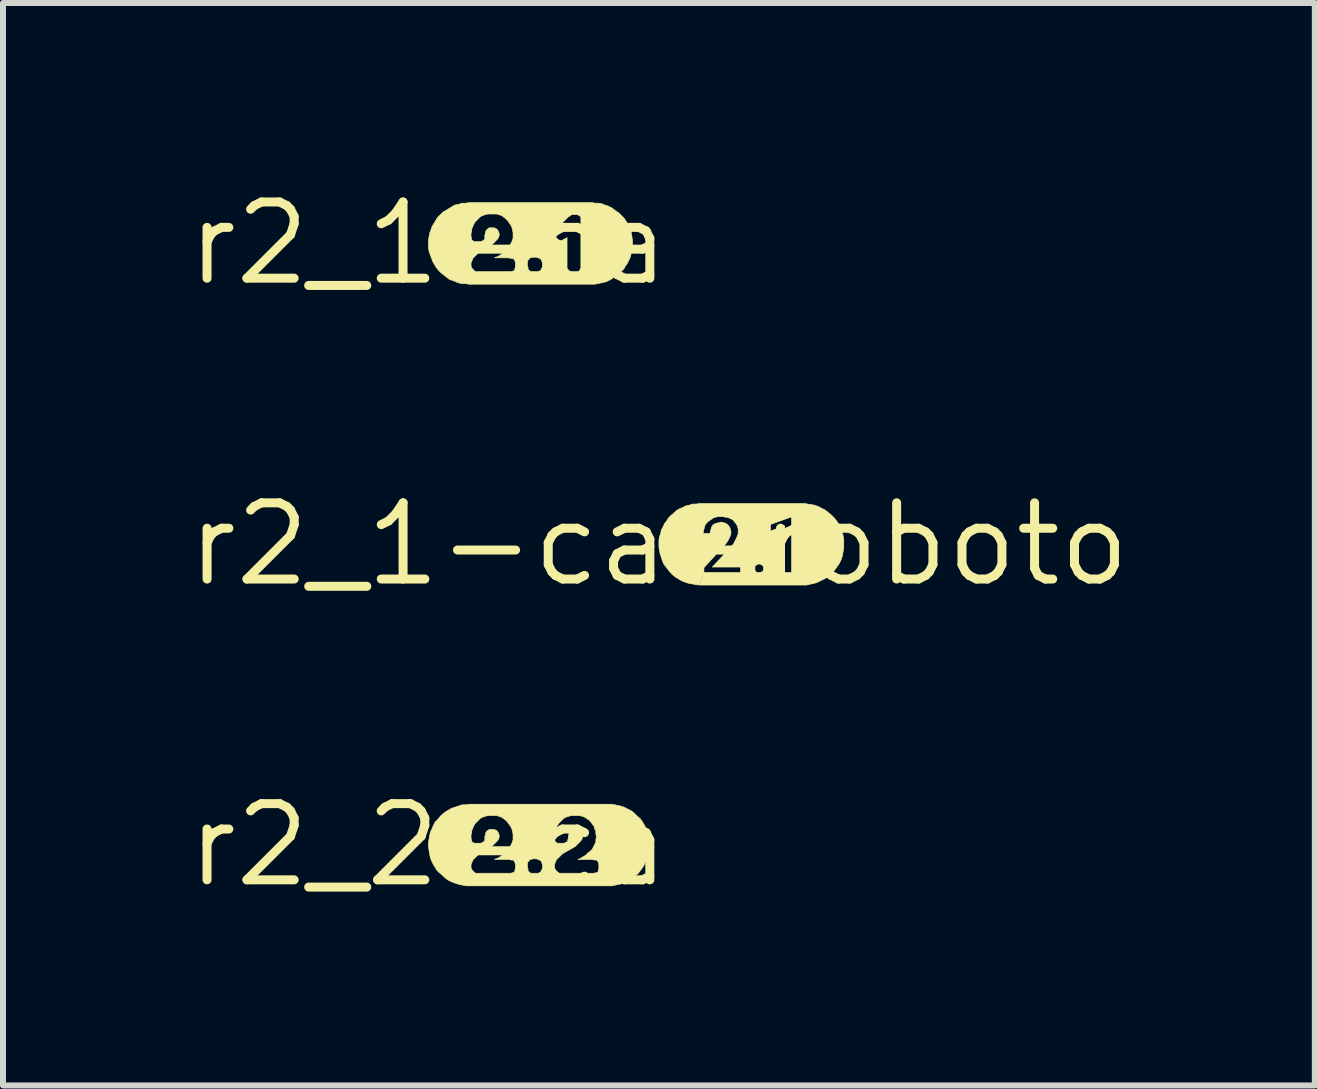
<source format=kicad_pcb>
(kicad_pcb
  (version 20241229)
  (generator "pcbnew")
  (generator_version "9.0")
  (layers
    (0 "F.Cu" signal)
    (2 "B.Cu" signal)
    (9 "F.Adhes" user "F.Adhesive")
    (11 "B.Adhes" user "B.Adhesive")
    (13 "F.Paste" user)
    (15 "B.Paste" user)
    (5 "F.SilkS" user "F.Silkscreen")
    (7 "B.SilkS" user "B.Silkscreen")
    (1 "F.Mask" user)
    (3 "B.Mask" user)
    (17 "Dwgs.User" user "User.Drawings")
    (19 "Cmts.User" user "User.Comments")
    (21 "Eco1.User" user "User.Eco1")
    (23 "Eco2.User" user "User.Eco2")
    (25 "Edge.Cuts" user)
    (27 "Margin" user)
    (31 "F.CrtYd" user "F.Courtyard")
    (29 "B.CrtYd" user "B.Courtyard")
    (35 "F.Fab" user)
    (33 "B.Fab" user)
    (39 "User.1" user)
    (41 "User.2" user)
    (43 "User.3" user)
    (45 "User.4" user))
  (footprint "r2_1-ca"
    (layer "F.Cu")
    (at 4.089 1.006)
    (property "Reference" "r2_1-ca" (at 0 0 0) (layer "F.SilkS") (effects (font (size 1.27 1.27) (thickness 0.15))))
    (attr board_only exclude_from_pos_files exclude_from_bom)
    (fp_poly (pts (xy 0.68 -0.68) (xy 0.62 -0.67) (xy 0.56 -0.67) (xy 0.5 -0.65) (xy 0.44 -0.64) (xy 0.39 -0.61) (xy 0.34 -0.58) (xy 0.29 -0.55) (xy 0.24 -0.52) (xy 0.19 -0.47) (xy 0.15 -0.43) (xy 0.12 -0.38) (xy 0.09 -0.33) (xy 0.06 -0.28) (xy 0.04 -0.22) (xy 0.02 -0.17) (xy 0.01 -0.11) (xy 0 -0.05) (xy 0 0.01) (xy 0 0.07) (xy 0.01 0.13) (xy 0.03 0.19) (xy 0.05 0.24) (xy 0.07 0.3) (xy 0.1 0.35) (xy 0.13 0.4) (xy 0.17 0.45) (xy 0.21 0.49) (xy 0.26 0.53) (xy 0.3 0.56) (xy 0.35 0.6) (xy 0.41 0.62) (xy 0.46 0.64) (xy 0.51 0.66) (xy 0.57 0.67) (xy 0.62 0.67) (xy 0.67 0.68) (xy 0.77 0.46) (xy 0.75 0.44) (xy 0.73 0.42) (xy 0.72 0.4) (xy 0.71 0.38) (xy 0.71 0.36) (xy 0.71 0.33) (xy 0.72 0.3) (xy 0.73 0.28) (xy 0.74 0.25) (xy 0.76 0.23) (xy 0.8 0.19) (xy 0.84 0.15) (xy 0.87 0.13) (xy 1.03 0.04) (xy 1.06 0.02) (xy 1.09 -0.01) (xy 1.12 -0.04) (xy 1.15 -0.07) (xy 1.17 -0.1) (xy 1.18 -0.14) (xy 1.18 -0.16) (xy 1.17 -0.19) (xy 1.16 -0.21) (xy 1.15 -0.23) (xy 1.12 -0.25) (xy 1.09 -0.26) (xy 1.06 -0.26) (xy 1.03 -0.26) (xy 1.01 -0.26) (xy 0.99 -0.24) (xy 0.97 -0.23) (xy 0.96 -0.21) (xy 0.95 -0.19) (xy 0.95 -0.17) (xy 0.94 -0.14) (xy 0.94 -0.11) (xy 0.94 -0.08) (xy 0.93 -0.06) (xy 0.91 -0.05) (xy 0.9 -0.04) (xy 0.87 -0.03) (xy 0.85 -0.03) (xy 0.81 -0.03) (xy 0.79 -0.03) (xy 0.76 -0.03) (xy 0.75 -0.04) (xy 0.73 -0.05) (xy 0.72 -0.06) (xy 0.72 -0.08) (xy 0.71 -0.11) (xy 0.71 -0.14) (xy 0.71 -0.17) (xy 0.72 -0.2) (xy 0.72 -0.23) (xy 0.73 -0.26) (xy 0.74 -0.28) (xy 0.75 -0.31) (xy 0.78 -0.36) (xy 0.82 -0.4) (xy 0.84 -0.42) (xy 0.86 -0.44) (xy 0.89 -0.46) (xy 0.92 -0.47) (xy 0.95 -0.48) (xy 0.99 -0.49) (xy 1.02 -0.49) (xy 1.06 -0.49) (xy 1.1 -0.49) (xy 1.14 -0.49) (xy 1.17 -0.48) (xy 1.2 -0.47) (xy 1.23 -0.46) (xy 1.25 -0.44) (xy 1.28 -0.42) (xy 1.3 -0.4) (xy 1.32 -0.38) (xy 1.34 -0.35) (xy 1.37 -0.31) (xy 1.39 -0.27) (xy 1.4 -0.23) (xy 1.41 -0.18) (xy 1.41 -0.14) (xy 1.41 -0.09) (xy 1.4 -0.05) (xy 1.38 -0.01) (xy 1.36 0.03) (xy 1.34 0.07) (xy 1.31 0.1) (xy 1.27 0.13) (xy 1.23 0.17) (xy 1.19 0.2) (xy 1.15 0.22) (xy 1.1 0.24) (xy 1.33 0.24) (xy 1.38 0.25) (xy 1.41 0.25) (xy 1.42 0.26) (xy 1.43 0.27) (xy 1.44 0.28) (xy 1.44 0.29) (xy 1.45 0.32) (xy 1.45 0.35) (xy 1.65 0.37) (xy 1.65 0.31) (xy 1.65 0.3) (xy 1.66 0.28) (xy 1.67 0.27) (xy 1.68 0.26) (xy 1.69 0.24) (xy 1.71 0.24) (xy 1.74 0.23) (xy 1.77 0.23) (xy 1.8 0.23) (xy 1.83 0.24) (xy 1.85 0.25) (xy 1.87 0.26) (xy 1.88 0.27) (xy 1.89 0.3) (xy 1.9 0.33) (xy 1.9 0.36) (xy 1.9 0.39) (xy 1.89 0.41) (xy 1.88 0.43) (xy 1.87 0.45) (xy 1.85 0.46) (xy 1.83 0.47) (xy 1.81 0.47) (xy 1.78 0.47) (xy 1.74 0.47) (xy 1.71 0.47) (xy 1.69 0.46) (xy 1.68 0.45) (xy 1.67 0.44) (xy 1.66 0.43) (xy 1.66 0.4) (xy 1.65 0.37) (xy 1.45 0.35) (xy 1.45 0.39) (xy 1.44 0.42) (xy 1.44 0.44) (xy 1.43 0.45) (xy 1.42 0.46) (xy 1.41 0.46) (xy 1.37 0.47) (xy 1.34 0.47) (xy 0.82 0.47) (xy 0.79 0.47) (xy 0.77 0.46) (xy 0.67 0.68) (xy 2.73 0.68) (xy 2.77 0.68) (xy 2.82 0.67) (xy 2.87 0.66) (xy 2.91 0.65) (xy 2.96 0.64) (xy 3 0.62) (xy 3.04 0.6) (xy 3.08 0.57) (xy 3.12 0.55) (xy 3.16 0.52) (xy 3.19 0.49) (xy 3.23 0.45) (xy 3.26 0.42) (xy 3.28 0.38) (xy 3.31 0.34) (xy 3.33 0.3) (xy 3.35 0.26) (xy 3.37 0.21) (xy 3.38 0.15) (xy 3.4 0.08) (xy 3.4 0.02) (xy 3.4 -0.05) (xy 3.39 -0.12) (xy 3.38 -0.18) (xy 3.35 -0.24) (xy 3.33 -0.3) (xy 3.3 -0.36) (xy 3.26 -0.42) (xy 3.21 -0.47) (xy 3.17 -0.51) (xy 3.11 -0.55) (xy 3.06 -0.59) (xy 3 -0.62) (xy 2.94 -0.64) (xy 2.89 -0.66) (xy 2.84 -0.67) (xy 2.78 -0.67) (xy 2.73 -0.68) (xy 2.53 -0.45) (xy 2.54 -0.43) (xy 2.54 0.41) (xy 2.53 0.43) (xy 2.52 0.45) (xy 2.5 0.47) (xy 2.46 0.47) (xy 2.44 0.47) (xy 2.4 0.47) (xy 2.38 0.47) (xy 2.36 0.46) (xy 2.35 0.46) (xy 2.34 0.45) (xy 2.32 0.43) (xy 2.31 0.41) (xy 2.31 0.39) (xy 2.31 0.36) (xy 2.31 -0.1) (xy 2.3 -0.09) (xy 2.28 -0.08) (xy 2.26 -0.07) (xy 2.24 -0.06) (xy 2.23 -0.05) (xy 2.21 -0.05) (xy 2.2 -0.05) (xy 2.19 -0.05) (xy 2.17 -0.06) (xy 2.16 -0.07) (xy 2.14 -0.08) (xy 2.13 -0.1) (xy 2.11 -0.12) (xy 2.1 -0.14) (xy 2.09 -0.15) (xy 2.09 -0.17) (xy 2.09 -0.18) (xy 2.09 -0.2) (xy 2.1 -0.22) (xy 2.12 -0.23) (xy 2.34 -0.45) (xy 2.35 -0.45) (xy 2.37 -0.47) (xy 2.4 -0.48) (xy 2.42 -0.48) (xy 2.45 -0.48) (xy 2.48 -0.48) (xy 2.52 -0.46) (xy 2.53 -0.45) (xy 2.73 -0.68) (xy 0.68 -0.68)) (stroke (width 0.01) (type solid)) (fill yes) (layer "F.SilkS")))
  (footprint "r2_2-ca"
    (layer "F.Cu")
    (at 4.089 11.031)
    (property "Reference" "r2_2-ca" (at 0 0 0) (layer "F.SilkS") (effects (font (size 1.27 1.27) (thickness 0.15))))
    (attr board_only exclude_from_pos_files exclude_from_bom)
    (fp_poly (pts (xy 0.68 -0.68) (xy 0.62 -0.67) (xy 0.56 -0.67) (xy 0.5 -0.65) (xy 0.44 -0.63) (xy 0.38 -0.61) (xy 0.33 -0.58) (xy 0.28 -0.55) (xy 0.23 -0.51) (xy 0.19 -0.47) (xy 0.15 -0.42) (xy 0.11 -0.38) (xy 0.08 -0.32) (xy 0.06 -0.27) (xy 0.03 -0.21) (xy 0.02 -0.15) (xy 0.01 -0.1) (xy 0 -0.04) (xy 0 0.03) (xy 0.01 0.09) (xy 0.02 0.15) (xy 0.03 0.2) (xy 0.05 0.26) (xy 0.08 0.32) (xy 0.11 0.37) (xy 0.14 0.42) (xy 0.18 0.46) (xy 0.23 0.5) (xy 0.27 0.54) (xy 0.32 0.58) (xy 0.38 0.61) (xy 0.43 0.63) (xy 0.49 0.65) (xy 0.53 0.66) (xy 0.58 0.67) (xy 0.63 0.68) (xy 0.67 0.68) (xy 0.77 0.46) (xy 0.75 0.44) (xy 0.73 0.42) (xy 0.72 0.4) (xy 0.71 0.38) (xy 0.71 0.36) (xy 0.71 0.33) (xy 0.72 0.3) (xy 0.73 0.28) (xy 0.74 0.25) (xy 0.76 0.23) (xy 0.8 0.19) (xy 0.84 0.15) (xy 0.87 0.13) (xy 1.03 0.04) (xy 1.06 0.02) (xy 1.09 -0.01) (xy 1.12 -0.04) (xy 1.15 -0.07) (xy 1.17 -0.1) (xy 1.18 -0.14) (xy 1.18 -0.16) (xy 1.17 -0.19) (xy 1.16 -0.21) (xy 1.15 -0.23) (xy 1.12 -0.25) (xy 1.09 -0.26) (xy 1.06 -0.26) (xy 1.03 -0.26) (xy 1.01 -0.26) (xy 0.99 -0.24) (xy 0.97 -0.23) (xy 0.96 -0.21) (xy 0.95 -0.19) (xy 0.95 -0.17) (xy 0.94 -0.14) (xy 0.94 -0.11) (xy 0.94 -0.08) (xy 0.93 -0.06) (xy 0.91 -0.05) (xy 0.9 -0.04) (xy 0.87 -0.03) (xy 0.85 -0.03) (xy 0.81 -0.03) (xy 0.79 -0.03) (xy 0.76 -0.03) (xy 0.75 -0.04) (xy 0.73 -0.05) (xy 0.72 -0.06) (xy 0.72 -0.08) (xy 0.71 -0.11) (xy 0.71 -0.14) (xy 0.71 -0.17) (xy 0.72 -0.2) (xy 0.72 -0.23) (xy 0.73 -0.26) (xy 0.74 -0.28) (xy 0.75 -0.31) (xy 0.78 -0.36) (xy 0.82 -0.4) (xy 0.84 -0.42) (xy 0.86 -0.44) (xy 0.89 -0.46) (xy 0.92 -0.47) (xy 0.95 -0.48) (xy 0.99 -0.49) (xy 1.02 -0.49) (xy 1.06 -0.49) (xy 1.1 -0.49) (xy 1.14 -0.49) (xy 1.17 -0.48) (xy 1.2 -0.47) (xy 1.23 -0.46) (xy 1.25 -0.44) (xy 1.28 -0.42) (xy 1.3 -0.4) (xy 1.32 -0.38) (xy 1.34 -0.35) (xy 1.37 -0.31) (xy 1.39 -0.27) (xy 1.4 -0.23) (xy 1.41 -0.18) (xy 1.41 -0.14) (xy 1.41 -0.09) (xy 1.4 -0.05) (xy 1.38 -0.01) (xy 1.36 0.03) (xy 1.34 0.07) (xy 1.31 0.1) (xy 1.27 0.13) (xy 1.23 0.17) (xy 1.19 0.2) (xy 1.15 0.22) (xy 1.1 0.24) (xy 1.33 0.24) (xy 1.38 0.25) (xy 1.41 0.25) (xy 1.42 0.26) (xy 1.43 0.27) (xy 1.44 0.28) (xy 1.44 0.29) (xy 1.45 0.32) (xy 1.45 0.35) (xy 1.65 0.37) (xy 1.65 0.31) (xy 1.65 0.3) (xy 1.66 0.28) (xy 1.67 0.27) (xy 1.68 0.26) (xy 1.69 0.24) (xy 1.71 0.24) (xy 1.74 0.23) (xy 1.77 0.23) (xy 1.8 0.23) (xy 1.83 0.24) (xy 1.85 0.25) (xy 1.87 0.26) (xy 1.88 0.27) (xy 1.89 0.3) (xy 1.9 0.33) (xy 1.9 0.36) (xy 2.1 0.36) (xy 2.1 0.33) (xy 2.11 0.3) (xy 2.12 0.28) (xy 2.13 0.25) (xy 2.15 0.23) (xy 2.19 0.19) (xy 2.23 0.15) (xy 2.26 0.13) (xy 2.42 0.04) (xy 2.45 0.02) (xy 2.48 -0.01) (xy 2.51 -0.04) (xy 2.54 -0.07) (xy 2.56 -0.1) (xy 2.57 -0.14) (xy 2.57 -0.16) (xy 2.56 -0.19) (xy 2.55 -0.21) (xy 2.53 -0.23) (xy 2.51 -0.25) (xy 2.48 -0.26) (xy 2.45 -0.26) (xy 2.42 -0.26) (xy 2.4 -0.26) (xy 2.38 -0.24) (xy 2.36 -0.23) (xy 2.35 -0.21) (xy 2.34 -0.19) (xy 2.34 -0.17) (xy 2.33 -0.14) (xy 2.33 -0.11) (xy 2.32 -0.08) (xy 2.32 -0.06) (xy 2.3 -0.05) (xy 2.28 -0.04) (xy 2.26 -0.03) (xy 2.24 -0.03) (xy 2.2 -0.03) (xy 2.18 -0.03) (xy 2.15 -0.03) (xy 2.13 -0.04) (xy 2.12 -0.05) (xy 2.11 -0.07) (xy 2.1 -0.08) (xy 2.1 -0.11) (xy 2.1 -0.14) (xy 2.1 -0.17) (xy 2.1 -0.2) (xy 2.11 -0.23) (xy 2.12 -0.26) (xy 2.13 -0.28) (xy 2.14 -0.31) (xy 2.17 -0.36) (xy 2.21 -0.4) (xy 2.23 -0.42) (xy 2.25 -0.44) (xy 2.28 -0.46) (xy 2.31 -0.47) (xy 2.34 -0.48) (xy 2.38 -0.49) (xy 2.41 -0.49) (xy 2.45 -0.49) (xy 2.49 -0.49) (xy 2.52 -0.49) (xy 2.56 -0.48) (xy 2.59 -0.47) (xy 2.61 -0.46) (xy 2.64 -0.44) (xy 2.67 -0.42) (xy 2.69 -0.4) (xy 2.71 -0.38) (xy 2.73 -0.35) (xy 2.76 -0.31) (xy 2.77 -0.27) (xy 2.79 -0.23) (xy 2.79 -0.18) (xy 2.8 -0.14) (xy 2.79 -0.09) (xy 2.79 -0.05) (xy 2.77 -0.01) (xy 2.75 0.03) (xy 2.73 0.07) (xy 2.7 0.1) (xy 2.66 0.13) (xy 2.62 0.17) (xy 2.57 0.2) (xy 2.54 0.22) (xy 2.49 0.24) (xy 2.72 0.24) (xy 2.77 0.25) (xy 2.8 0.25) (xy 2.81 0.26) (xy 2.82 0.27) (xy 2.83 0.28) (xy 2.83 0.29) (xy 2.84 0.32) (xy 2.84 0.35) (xy 2.84 0.39) (xy 2.83 0.42) (xy 2.83 0.44) (xy 2.82 0.45) (xy 2.81 0.46) (xy 2.79 0.46) (xy 2.76 0.47) (xy 2.73 0.47) (xy 2.21 0.47) (xy 2.18 0.47) (xy 2.16 0.46) (xy 2.14 0.44) (xy 2.12 0.42) (xy 2.11 0.4) (xy 2.1 0.38) (xy 2.1 0.36) (xy 1.9 0.36) (xy 1.9 0.39) (xy 1.89 0.41) (xy 1.88 0.43) (xy 1.87 0.45) (xy 1.85 0.46) (xy 1.83 0.47) (xy 1.81 0.47) (xy 1.78 0.47) (xy 1.74 0.47) (xy 1.71 0.47) (xy 1.69 0.46) (xy 1.68 0.45) (xy 1.66 0.43) (xy 1.66 0.4) (xy 1.65 0.37) (xy 1.45 0.35) (xy 1.45 0.39) (xy 1.44 0.42) (xy 1.44 0.44) (xy 1.43 0.45) (xy 1.42 0.46) (xy 1.41 0.46) (xy 1.37 0.47) (xy 1.34 0.47) (xy 0.82 0.47) (xy 0.79 0.47) (xy 0.77 0.46) (xy 0.67 0.68) (xy 3.01 0.68) (xy 3.06 0.68) (xy 3.1 0.67) (xy 3.15 0.66) (xy 3.2 0.65) (xy 3.25 0.63) (xy 3.29 0.62) (xy 3.33 0.59) (xy 3.37 0.57) (xy 3.41 0.54) (xy 3.45 0.51) (xy 3.49 0.48) (xy 3.52 0.44) (xy 3.55 0.4) (xy 3.58 0.36) (xy 3.6 0.32) (xy 3.62 0.28) (xy 3.64 0.24) (xy 3.66 0.19) (xy 3.67 0.12) (xy 3.68 0.06) (xy 3.68 -0.01) (xy 3.68 -0.07) (xy 3.67 -0.14) (xy 3.65 -0.2) (xy 3.63 -0.27) (xy 3.6 -0.33) (xy 3.57 -0.38) (xy 3.53 -0.44) (xy 3.48 -0.48) (xy 3.43 -0.53) (xy 3.38 -0.57) (xy 3.32 -0.6) (xy 3.26 -0.63) (xy 3.2 -0.65) (xy 3.15 -0.66) (xy 3.11 -0.67) (xy 3.06 -0.68) (xy 3.01 -0.68) (xy 0.68 -0.68)) (stroke (width 0.01) (type solid)) (fill yes) (layer "F.SilkS")))
  (footprint "r2_1-ca-roboto"
    (layer "F.Cu")
    (at 7.93 6.019)
    (property "Reference" "r2_1-ca-roboto" (at 0 0 0) (layer "F.SilkS") (effects (font (size 1.27 1.27) (thickness 0.15))))
    (attr board_only exclude_from_pos_files exclude_from_bom)
    (fp_poly (pts (xy 0.68 -0.68) (xy 0.62 -0.67) (xy 0.56 -0.67) (xy 0.5 -0.65) (xy 0.45 -0.64) (xy 0.39 -0.61) (xy 0.34 -0.59) (xy 0.29 -0.56) (xy 0.25 -0.52) (xy 0.2 -0.48) (xy 0.16 -0.44) (xy 0.13 -0.39) (xy 0.09 -0.34) (xy 0.07 -0.29) (xy 0.04 -0.24) (xy 0.03 -0.18) (xy 0.01 -0.13) (xy 0 -0.07) (xy 0 -0.01) (xy 0 0.05) (xy 0.01 0.11) (xy 0.02 0.16) (xy 0.04 0.22) (xy 0.06 0.28) (xy 0.08 0.33) (xy 0.12 0.38) (xy 0.15 0.42) (xy 0.19 0.47) (xy 0.23 0.51) (xy 0.28 0.55) (xy 0.33 0.58) (xy 0.38 0.61) (xy 0.43 0.63) (xy 0.49 0.65) (xy 0.55 0.66) (xy 0.6 0.67) (xy 0.66 0.68) (xy 0.75 0.47) (xy 0.75 0.39) (xy 1.08 0.03) (xy 1.11 0) (xy 1.15 -0.06) (xy 1.17 -0.1) (xy 1.19 -0.14) (xy 1.2 -0.17) (xy 1.2 -0.21) (xy 1.19 -0.25) (xy 1.18 -0.28) (xy 1.16 -0.31) (xy 1.14 -0.33) (xy 1.11 -0.35) (xy 1.07 -0.36) (xy 1.04 -0.37) (xy 1 -0.36) (xy 0.96 -0.35) (xy 0.93 -0.34) (xy 0.9 -0.32) (xy 0.88 -0.29) (xy 0.87 -0.26) (xy 0.86 -0.22) (xy 0.85 -0.18) (xy 0.74 -0.18) (xy 0.74 -0.22) (xy 0.75 -0.25) (xy 0.76 -0.29) (xy 0.77 -0.32) (xy 0.79 -0.35) (xy 0.82 -0.38) (xy 0.85 -0.4) (xy 0.88 -0.42) (xy 0.91 -0.44) (xy 0.94 -0.45) (xy 0.98 -0.46) (xy 1.02 -0.46) (xy 1.07 -0.46) (xy 1.11 -0.45) (xy 1.15 -0.45) (xy 1.18 -0.43) (xy 1.21 -0.42) (xy 1.24 -0.4) (xy 1.26 -0.37) (xy 1.28 -0.35) (xy 1.3 -0.32) (xy 1.31 -0.29) (xy 1.32 -0.26) (xy 1.32 -0.22) (xy 1.32 -0.2) (xy 1.32 -0.17) (xy 1.31 -0.15) (xy 1.3 -0.12) (xy 1.27 -0.06) (xy 1.24 0) (xy 1.2 0.04) (xy 1.16 0.09) (xy 0.89 0.38) (xy 1.36 0.38) (xy 1.6 0.39) (xy 1.6 0.37) (xy 1.61 0.36) (xy 1.62 0.35) (xy 1.63 0.34) (xy 1.64 0.34) (xy 1.65 0.33) (xy 1.67 0.33) (xy 1.69 0.33) (xy 1.7 0.34) (xy 1.71 0.34) (xy 1.72 0.35) (xy 1.73 0.36) (xy 1.74 0.37) (xy 1.74 0.39) (xy 1.74 0.41) (xy 1.74 0.42) (xy 1.74 0.43) (xy 1.73 0.45) (xy 1.72 0.46) (xy 1.71 0.46) (xy 1.7 0.47) (xy 1.69 0.47) (xy 1.67 0.47) (xy 1.65 0.47) (xy 1.64 0.47) (xy 1.63 0.47) (xy 1.62 0.46) (xy 1.61 0.45) (xy 1.6 0.43) (xy 1.6 0.42) (xy 1.6 0.41) (xy 1.6 0.39) (xy 1.36 0.38) (xy 1.36 0.47) (xy 0.75 0.47) (xy 0.67 0.68) (xy 2.41 0.68) (xy 2.21 0.47) (xy 2.09 0.47) (xy 2.09 -0.31) (xy 1.86 -0.22) (xy 1.86 -0.33) (xy 2.19 -0.45) (xy 2.21 -0.45) (xy 2.21 0.47) (xy 2.41 0.68) (xy 2.46 0.68) (xy 2.5 0.67) (xy 2.55 0.66) (xy 2.59 0.65) (xy 2.63 0.64) (xy 2.67 0.62) (xy 2.71 0.6) (xy 2.75 0.58) (xy 2.79 0.56) (xy 2.83 0.53) (xy 2.86 0.5) (xy 2.89 0.47) (xy 2.92 0.44) (xy 2.95 0.4) (xy 2.97 0.37) (xy 3 0.33) (xy 3.02 0.29) (xy 3.04 0.25) (xy 3.06 0.18) (xy 3.07 0.12) (xy 3.08 0.05) (xy 3.08 -0.01) (xy 3.08 -0.08) (xy 3.07 -0.14) (xy 3.05 -0.21) (xy 3.03 -0.27) (xy 3 -0.33) (xy 2.96 -0.39) (xy 2.92 -0.44) (xy 2.87 -0.49) (xy 2.82 -0.53) (xy 2.77 -0.57) (xy 2.71 -0.6) (xy 2.65 -0.63) (xy 2.6 -0.65) (xy 2.54 -0.66) (xy 2.48 -0.67) (xy 2.42 -0.68) (xy 0.68 -0.68)) (stroke (width 0.01) (type solid)) (fill yes) (layer "F.SilkS")))
  (gr_rect
    (start -3 -3)
    (end 18.859 15.037)
    (stroke (width 0.1) (type default))
    (fill no)
    (layer "Edge.Cuts")))
</source>
